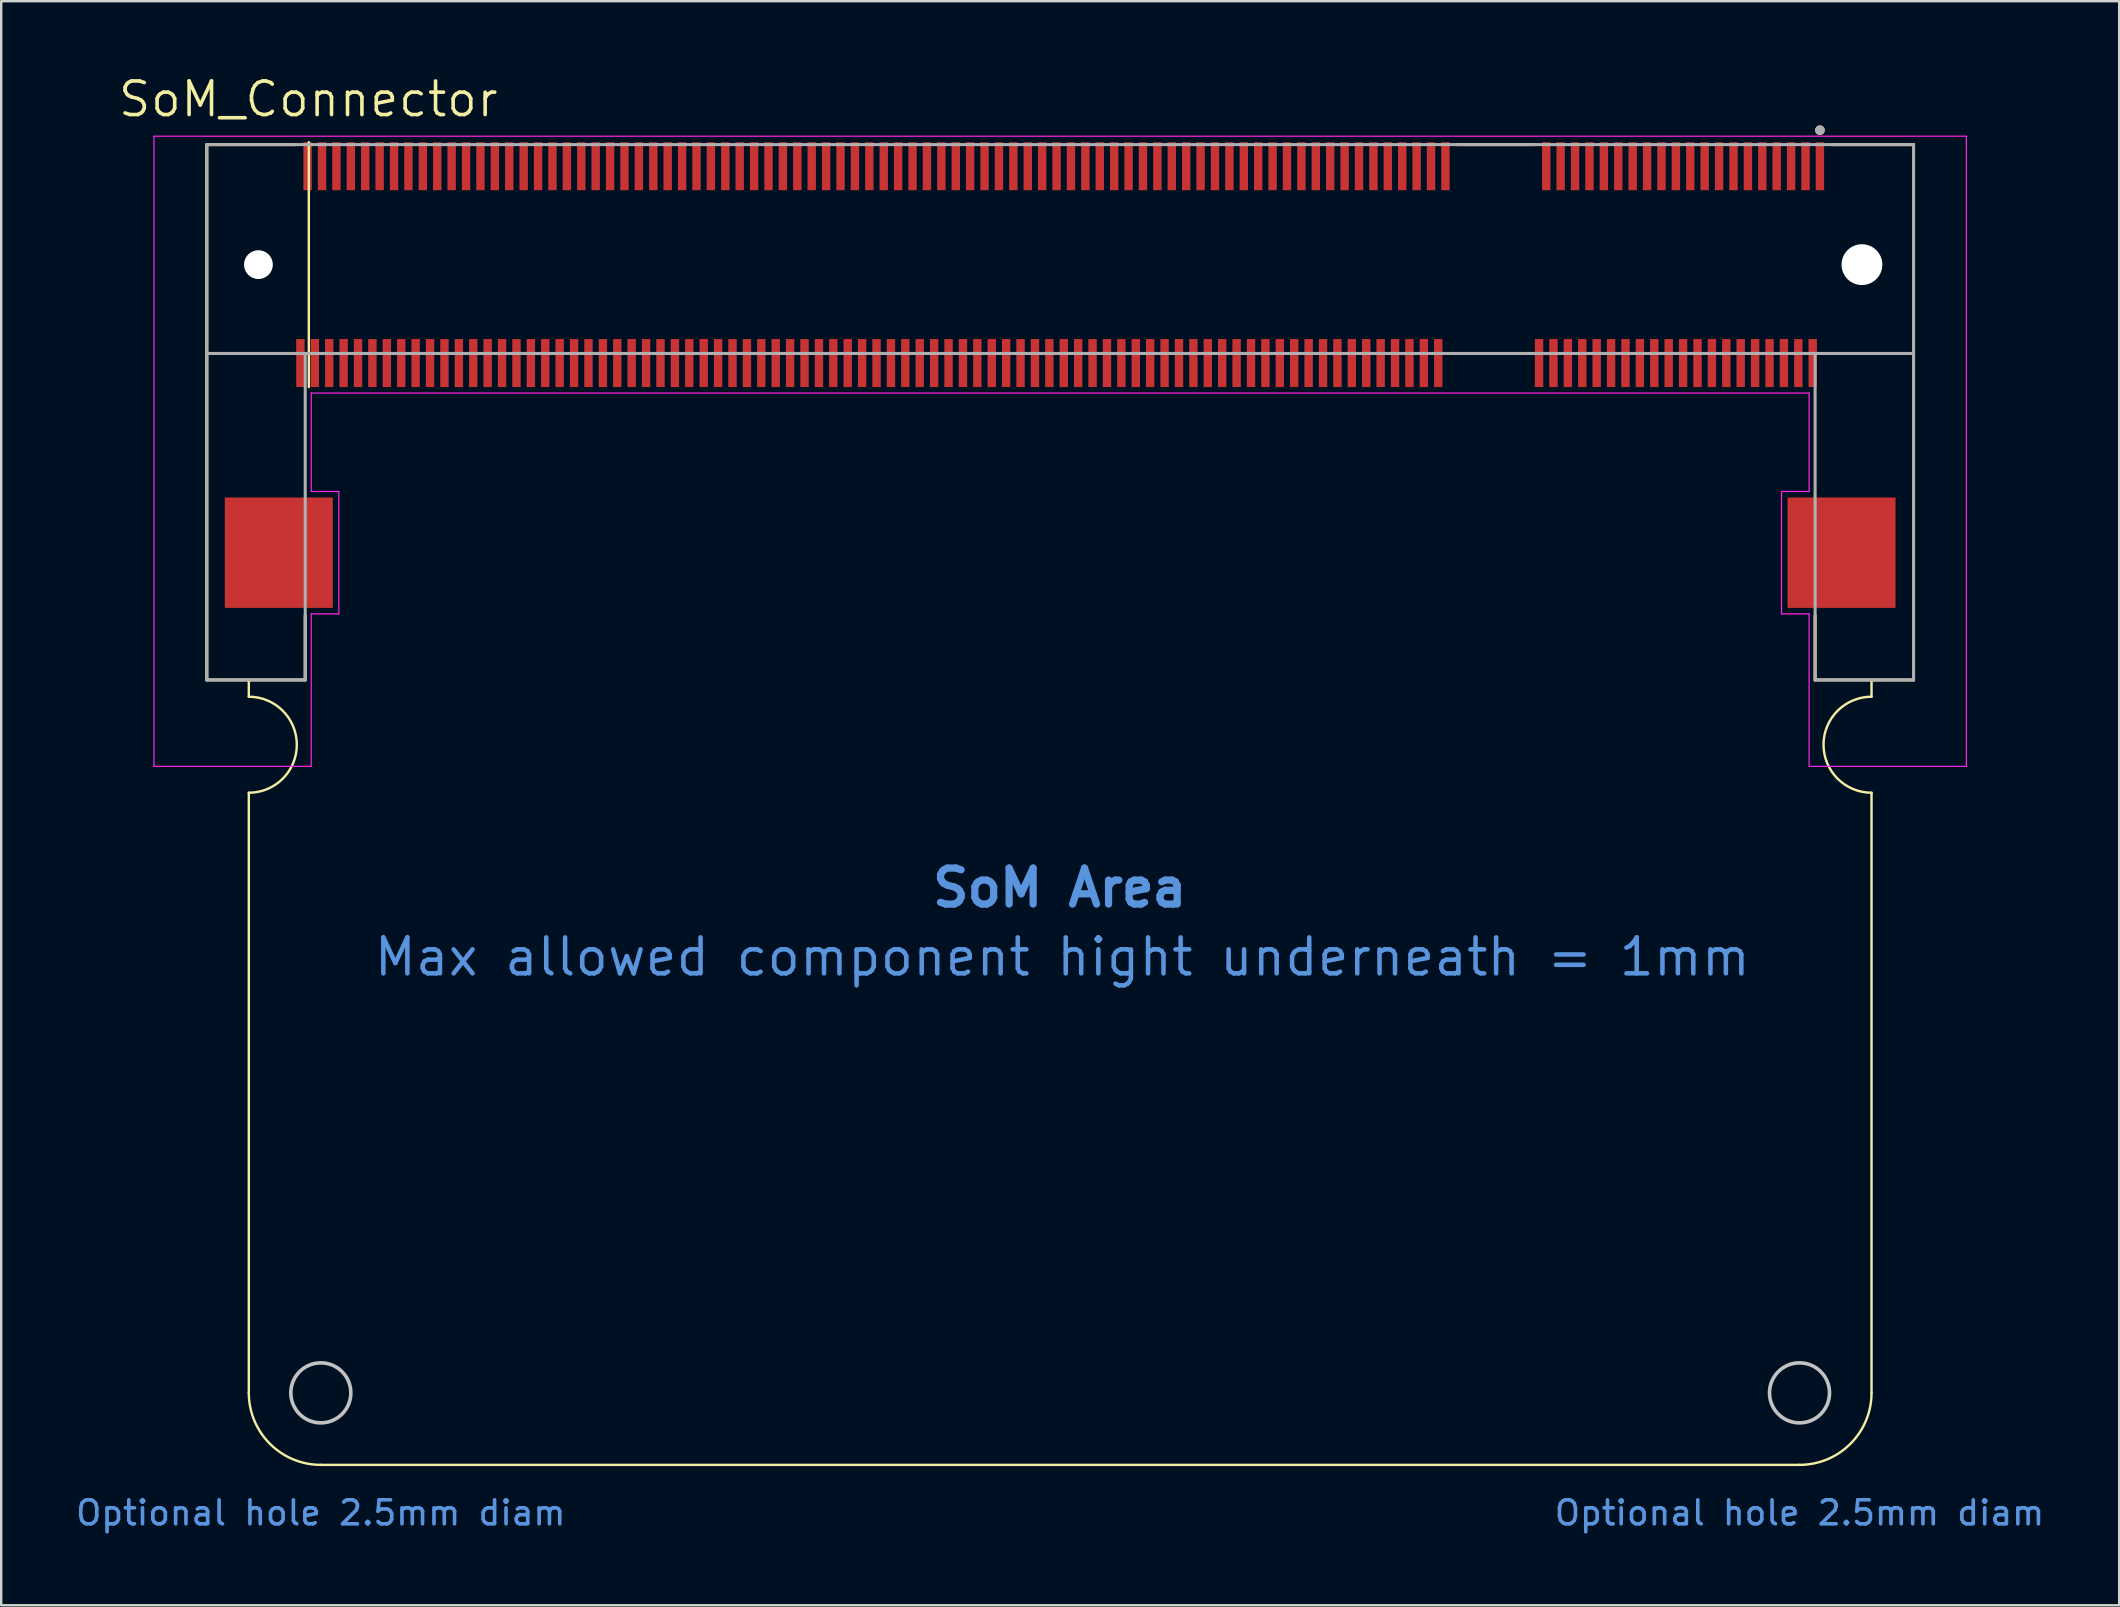
<source format=kicad_pcb>
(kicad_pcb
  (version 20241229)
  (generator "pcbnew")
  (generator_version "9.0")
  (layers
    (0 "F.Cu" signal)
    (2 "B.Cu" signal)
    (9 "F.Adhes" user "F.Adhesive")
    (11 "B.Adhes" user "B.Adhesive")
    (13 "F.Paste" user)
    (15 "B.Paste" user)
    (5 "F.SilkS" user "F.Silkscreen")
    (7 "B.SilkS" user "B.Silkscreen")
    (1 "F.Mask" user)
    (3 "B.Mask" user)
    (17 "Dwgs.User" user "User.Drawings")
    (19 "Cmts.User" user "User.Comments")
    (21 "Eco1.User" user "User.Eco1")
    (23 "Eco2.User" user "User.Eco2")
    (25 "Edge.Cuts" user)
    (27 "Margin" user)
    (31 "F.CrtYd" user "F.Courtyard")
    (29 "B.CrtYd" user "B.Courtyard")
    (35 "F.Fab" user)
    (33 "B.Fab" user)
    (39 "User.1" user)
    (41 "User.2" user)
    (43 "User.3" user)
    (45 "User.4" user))
  (footprint "SoM_Connector"
    (layer "F.Cu")
    (at 41.115 7.974)
    (property "Reference" "SoM_Connector" (at -31.321 -6.892 0) (layer "F.SilkS") (effects (font (size 1.4 1.4) (thickness 0.15))))
    (attr smd)
    (fp_line (start -35.55 -5) (end -35.55 17.3) (stroke (width 0.127) (type solid)) (layer "F.SilkS"))
    (fp_line (start -35.55 17.3) (end -31.45 17.3) (stroke (width 0.127) (type solid)) (layer "F.SilkS"))
    (fp_line (start -33.8 17.3) (end -33.8 18) (stroke (width 0.1) (type default)) (layer "F.SilkS"))
    (fp_line (start -33.8 22) (end -33.8 47) (stroke (width 0.1) (type default)) (layer "F.SilkS"))
    (fp_line (start -31.85 -5) (end -35.55 -5) (stroke (width 0.127) (type solid)) (layer "F.SilkS"))
    (fp_line (start -31.45 17.3) (end -31.45 14.62) (stroke (width 0.127) (type solid)) (layer "F.SilkS"))
    (fp_line (start -31.3 -5.1) (end -31.3 5.1) (stroke (width 0.1) (type default)) (layer "F.SilkS"))
    (fp_line (start -30.8 50) (end 30.8 50) (stroke (width 0.1) (type default)) (layer "F.SilkS"))
    (fp_line (start 16.55 -5) (end 19.75 -5) (stroke (width 0.127) (type solid)) (layer "F.SilkS"))
    (fp_line (start 31.45 14.62) (end 31.45 17.3) (stroke (width 0.127) (type solid)) (layer "F.SilkS"))
    (fp_line (start 32.15 -5) (end 35.55 -5) (stroke (width 0.127) (type solid)) (layer "F.SilkS"))
    (fp_line (start 33.8 17.3) (end 33.8 18) (stroke (width 0.1) (type default)) (layer "F.SilkS"))
    (fp_line (start 33.8 22) (end 33.8 47) (stroke (width 0.1) (type default)) (layer "F.SilkS"))
    (fp_line (start 35.55 -5) (end 35.55 17.3) (stroke (width 0.127) (type solid)) (layer "F.SilkS"))
    (fp_line (start 35.55 17.3) (end 31.45 17.3) (stroke (width 0.127) (type solid)) (layer "F.SilkS"))
    (fp_arc (start -33.8 18) (mid -31.799949 20) (end -33.8 22) (stroke (width 0.1) (type default)) (layer "F.SilkS"))
    (fp_arc (start -30.8 50) (mid -32.921291 49.121291) (end -33.8 47) (stroke (width 0.1) (type default)) (layer "F.SilkS"))
    (fp_arc (start 33.8 22) (mid 31.80004 19.999999) (end 33.8 18) (stroke (width 0.1) (type default)) (layer "F.SilkS"))
    (fp_arc (start 33.8 47) (mid 32.921321 49.121323) (end 30.8 50) (stroke (width 0.1) (type default)) (layer "F.SilkS"))
    (fp_circle (center 31.65 -5.6) (end 31.75 -5.6) (stroke (width 0.2) (type solid)) (fill no) (layer "F.SilkS"))
    (fp_circle (center -30.8 47) (end -29.55 47) (stroke (width 0.15) (type default)) (fill no) (layer "Dwgs.User"))
    (fp_circle (center 30.8 47) (end 32.05 47) (stroke (width 0.15) (type default)) (fill no) (layer "Dwgs.User"))
    (fp_line (start -37.75 -5.35) (end 37.75 -5.35) (stroke (width 0.05) (type solid)) (layer "F.CrtYd"))
    (fp_line (start -37.75 20.9) (end -37.75 -5.35) (stroke (width 0.05) (type solid)) (layer "F.CrtYd"))
    (fp_line (start -31.2 5.35) (end -31.2 9.45) (stroke (width 0.05) (type solid)) (layer "F.CrtYd"))
    (fp_line (start -31.2 9.45) (end -30.05 9.45) (stroke (width 0.05) (type solid)) (layer "F.CrtYd"))
    (fp_line (start -31.2 14.55) (end -31.2 20.9) (stroke (width 0.05) (type solid)) (layer "F.CrtYd"))
    (fp_line (start -31.2 20.9) (end -37.75 20.9) (stroke (width 0.05) (type solid)) (layer "F.CrtYd"))
    (fp_line (start -30.05 9.45) (end -30.05 14.55) (stroke (width 0.05) (type solid)) (layer "F.CrtYd"))
    (fp_line (start -30.05 14.55) (end -31.2 14.55) (stroke (width 0.05) (type solid)) (layer "F.CrtYd"))
    (fp_line (start 30.05 9.45) (end 31.2 9.45) (stroke (width 0.05) (type solid)) (layer "F.CrtYd"))
    (fp_line (start 30.05 14.55) (end 30.05 9.45) (stroke (width 0.05) (type solid)) (layer "F.CrtYd"))
    (fp_line (start 31.2 5.35) (end -31.2 5.35) (stroke (width 0.05) (type solid)) (layer "F.CrtYd"))
    (fp_line (start 31.2 9.45) (end 31.2 5.35) (stroke (width 0.05) (type solid)) (layer "F.CrtYd"))
    (fp_line (start 31.2 14.55) (end 30.05 14.55) (stroke (width 0.05) (type solid)) (layer "F.CrtYd"))
    (fp_line (start 31.2 20.9) (end 31.2 14.55) (stroke (width 0.05) (type solid)) (layer "F.CrtYd"))
    (fp_line (start 37.75 -5.35) (end 37.75 20.9) (stroke (width 0.05) (type solid)) (layer "F.CrtYd"))
    (fp_line (start 37.75 20.9) (end 31.2 20.9) (stroke (width 0.05) (type solid)) (layer "F.CrtYd"))
    (fp_line (start -35.55 -5) (end -35.55 3.7) (stroke (width 0.127) (type solid)) (layer "F.Fab"))
    (fp_line (start -35.55 -5) (end 35.55 -5) (stroke (width 0.127) (type solid)) (layer "F.Fab"))
    (fp_line (start -35.55 3.7) (end -35.55 17.3) (stroke (width 0.127) (type solid)) (layer "F.Fab"))
    (fp_line (start -35.55 3.7) (end -31.45 3.7) (stroke (width 0.127) (type solid)) (layer "F.Fab"))
    (fp_line (start -35.55 17.3) (end -31.45 17.3) (stroke (width 0.127) (type solid)) (layer "F.Fab"))
    (fp_line (start -31.45 3.7) (end 31.45 3.7) (stroke (width 0.127) (type solid)) (layer "F.Fab"))
    (fp_line (start -31.45 17.3) (end -31.45 3.7) (stroke (width 0.127) (type solid)) (layer "F.Fab"))
    (fp_line (start 31.45 3.7) (end 31.45 17.3) (stroke (width 0.127) (type solid)) (layer "F.Fab"))
    (fp_line (start 31.45 3.7) (end 35.55 3.7) (stroke (width 0.127) (type solid)) (layer "F.Fab"))
    (fp_line (start 31.45 17.3) (end 35.55 17.3) (stroke (width 0.127) (type solid)) (layer "F.Fab"))
    (fp_line (start 35.55 -5) (end 35.55 3.7) (stroke (width 0.127) (type solid)) (layer "F.Fab"))
    (fp_line (start 35.55 3.7) (end 35.55 17.3) (stroke (width 0.127) (type solid)) (layer "F.Fab"))
    (fp_circle (center 31.65 -5.6) (end 31.75 -5.6) (stroke (width 0.2) (type solid)) (fill no) (layer "F.Fab"))
    (fp_text user "SoM Area" (at -0.02 25.96 0) (unlocked yes) (layer "Cmts.User") (effects (font (size 1.5 1.5) (thickness 0.3) (bold yes))))
    (fp_text user "Optional hole 2.5mm diam" (at -30.8 52 0) (unlocked yes) (layer "Cmts.User") (effects (font (size 1 1) (thickness 0.15))))
    (fp_text user "Max allowed component hight underneath = 1mm" (at 0.09 28.84 0) (unlocked yes) (layer "Cmts.User") (effects (font (size 1.5 1.5) (thickness 0.188))))
    (fp_text user "Optional hole 2.5mm diam" (at 30.8 52 0) (unlocked yes) (layer "Cmts.User") (effects (font (size 1 1) (thickness 0.15))))
    (pad "" np_thru_hole circle (at -33.4 0) (size 1.2 1.2) (drill 1.2) (layers "*.Cu" "*.Mask"))
    (pad "" np_thru_hole circle (at 33.4 0) (size 1.7 1.7) (drill 1.7) (layers "*.Cu" "*.Mask"))
    (pad "1" smd rect (at 31.65 -4.1 90) (size 2 0.35) (layers "F.Cu" "F.Mask" "F.Paste"))
    (pad "2" smd rect (at 31.35 4.1 90) (size 2 0.35) (layers "F.Cu" "F.Mask" "F.Paste"))
    (pad "3" smd rect (at 31.05 -4.1 90) (size 2 0.35) (layers "F.Cu" "F.Mask" "F.Paste"))
    (pad "4" smd rect (at 30.75 4.1 90) (size 2 0.35) (layers "F.Cu" "F.Mask" "F.Paste"))
    (pad "5" smd rect (at 30.45 -4.1 90) (size 2 0.35) (layers "F.Cu" "F.Mask" "F.Paste"))
    (pad "6" smd rect (at 30.15 4.1 90) (size 2 0.35) (layers "F.Cu" "F.Mask" "F.Paste"))
    (pad "7" smd rect (at 29.85 -4.1 90) (size 2 0.35) (layers "F.Cu" "F.Mask" "F.Paste"))
    (pad "8" smd rect (at 29.55 4.1 90) (size 2 0.35) (layers "F.Cu" "F.Mask" "F.Paste"))
    (pad "9" smd rect (at 29.25 -4.1 90) (size 2 0.35) (layers "F.Cu" "F.Mask" "F.Paste"))
    (pad "10" smd rect (at 28.95 4.1 90) (size 2 0.35) (layers "F.Cu" "F.Mask" "F.Paste"))
    (pad "11" smd rect (at 28.65 -4.1 90) (size 2 0.35) (layers "F.Cu" "F.Mask" "F.Paste"))
    (pad "12" smd rect (at 28.35 4.1 90) (size 2 0.35) (layers "F.Cu" "F.Mask" "F.Paste"))
    (pad "13" smd rect (at 28.05 -4.1 90) (size 2 0.35) (layers "F.Cu" "F.Mask" "F.Paste"))
    (pad "14" smd rect (at 27.75 4.1 90) (size 2 0.35) (layers "F.Cu" "F.Mask" "F.Paste"))
    (pad "15" smd rect (at 27.45 -4.1 90) (size 2 0.35) (layers "F.Cu" "F.Mask" "F.Paste"))
    (pad "16" smd rect (at 27.15 4.1 90) (size 2 0.35) (layers "F.Cu" "F.Mask" "F.Paste"))
    (pad "17" smd rect (at 26.85 -4.1 90) (size 2 0.35) (layers "F.Cu" "F.Mask" "F.Paste"))
    (pad "18" smd rect (at 26.55 4.1 90) (size 2 0.35) (layers "F.Cu" "F.Mask" "F.Paste"))
    (pad "19" smd rect (at 26.25 -4.1 90) (size 2 0.35) (layers "F.Cu" "F.Mask" "F.Paste"))
    (pad "20" smd rect (at 25.95 4.1 90) (size 2 0.35) (layers "F.Cu" "F.Mask" "F.Paste"))
    (pad "21" smd rect (at 25.65 -4.1 90) (size 2 0.35) (layers "F.Cu" "F.Mask" "F.Paste"))
    (pad "22" smd rect (at 25.35 4.1 90) (size 2 0.35) (layers "F.Cu" "F.Mask" "F.Paste"))
    (pad "23" smd rect (at 25.05 -4.1 90) (size 2 0.35) (layers "F.Cu" "F.Mask" "F.Paste"))
    (pad "24" smd rect (at 24.75 4.1 90) (size 2 0.35) (layers "F.Cu" "F.Mask" "F.Paste"))
    (pad "25" smd rect (at 24.45 -4.1 90) (size 2 0.35) (layers "F.Cu" "F.Mask" "F.Paste"))
    (pad "26" smd rect (at 24.15 4.1 90) (size 2 0.35) (layers "F.Cu" "F.Mask" "F.Paste"))
    (pad "27" smd rect (at 23.85 -4.1 90) (size 2 0.35) (layers "F.Cu" "F.Mask" "F.Paste"))
    (pad "28" smd rect (at 23.55 4.1 90) (size 2 0.35) (layers "F.Cu" "F.Mask" "F.Paste"))
    (pad "29" smd rect (at 23.25 -4.1 90) (size 2 0.35) (layers "F.Cu" "F.Mask" "F.Paste"))
    (pad "30" smd rect (at 22.95 4.1 90) (size 2 0.35) (layers "F.Cu" "F.Mask" "F.Paste"))
    (pad "31" smd rect (at 22.65 -4.1 90) (size 2 0.35) (layers "F.Cu" "F.Mask" "F.Paste"))
    (pad "32" smd rect (at 22.35 4.1 90) (size 2 0.35) (layers "F.Cu" "F.Mask" "F.Paste"))
    (pad "33" smd rect (at 22.05 -4.1 90) (size 2 0.35) (layers "F.Cu" "F.Mask" "F.Paste"))
    (pad "34" smd rect (at 21.75 4.1 90) (size 2 0.35) (layers "F.Cu" "F.Mask" "F.Paste"))
    (pad "35" smd rect (at 21.45 -4.1 90) (size 2 0.35) (layers "F.Cu" "F.Mask" "F.Paste"))
    (pad "36" smd rect (at 21.15 4.1 90) (size 2 0.35) (layers "F.Cu" "F.Mask" "F.Paste"))
    (pad "37" smd rect (at 20.85 -4.1 90) (size 2 0.35) (layers "F.Cu" "F.Mask" "F.Paste"))
    (pad "38" smd rect (at 20.55 4.1 90) (size 2 0.35) (layers "F.Cu" "F.Mask" "F.Paste"))
    (pad "39" smd rect (at 20.25 -4.1 90) (size 2 0.35) (layers "F.Cu" "F.Mask" "F.Paste"))
    (pad "40" smd rect (at 19.95 4.1 90) (size 2 0.35) (layers "F.Cu" "F.Mask" "F.Paste"))
    (pad "41" smd rect (at 16.05 -4.1 90) (size 2 0.35) (layers "F.Cu" "F.Mask" "F.Paste"))
    (pad "42" smd rect (at 15.75 4.1 90) (size 2 0.35) (layers "F.Cu" "F.Mask" "F.Paste"))
    (pad "43" smd rect (at 15.45 -4.1 90) (size 2 0.35) (layers "F.Cu" "F.Mask" "F.Paste"))
    (pad "44" smd rect (at 15.15 4.1 90) (size 2 0.35) (layers "F.Cu" "F.Mask" "F.Paste"))
    (pad "45" smd rect (at 14.85 -4.1 90) (size 2 0.35) (layers "F.Cu" "F.Mask" "F.Paste"))
    (pad "46" smd rect (at 14.55 4.1 90) (size 2 0.35) (layers "F.Cu" "F.Mask" "F.Paste"))
    (pad "47" smd rect (at 14.25 -4.1 90) (size 2 0.35) (layers "F.Cu" "F.Mask" "F.Paste"))
    (pad "48" smd rect (at 13.95 4.1 90) (size 2 0.35) (layers "F.Cu" "F.Mask" "F.Paste"))
    (pad "49" smd rect (at 13.65 -4.1 90) (size 2 0.35) (layers "F.Cu" "F.Mask" "F.Paste"))
    (pad "50" smd rect (at 13.35 4.1 90) (size 2 0.35) (layers "F.Cu" "F.Mask" "F.Paste"))
    (pad "51" smd rect (at 13.05 -4.1 90) (size 2 0.35) (layers "F.Cu" "F.Mask" "F.Paste"))
    (pad "52" smd rect (at 12.75 4.1 90) (size 2 0.35) (layers "F.Cu" "F.Mask" "F.Paste"))
    (pad "53" smd rect (at 12.45 -4.1 90) (size 2 0.35) (layers "F.Cu" "F.Mask" "F.Paste"))
    (pad "54" smd rect (at 12.15 4.1 90) (size 2 0.35) (layers "F.Cu" "F.Mask" "F.Paste"))
    (pad "55" smd rect (at 11.85 -4.1 90) (size 2 0.35) (layers "F.Cu" "F.Mask" "F.Paste"))
    (pad "56" smd rect (at 11.55 4.1 90) (size 2 0.35) (layers "F.Cu" "F.Mask" "F.Paste"))
    (pad "57" smd rect (at 11.25 -4.1 90) (size 2 0.35) (layers "F.Cu" "F.Mask" "F.Paste"))
    (pad "58" smd rect (at 10.95 4.1 90) (size 2 0.35) (layers "F.Cu" "F.Mask" "F.Paste"))
    (pad "59" smd rect (at 10.65 -4.1 90) (size 2 0.35) (layers "F.Cu" "F.Mask" "F.Paste"))
    (pad "60" smd rect (at 10.35 4.1 90) (size 2 0.35) (layers "F.Cu" "F.Mask" "F.Paste"))
    (pad "61" smd rect (at 10.05 -4.1 90) (size 2 0.35) (layers "F.Cu" "F.Mask" "F.Paste"))
    (pad "62" smd rect (at 9.75 4.1 90) (size 2 0.35) (layers "F.Cu" "F.Mask" "F.Paste"))
    (pad "63" smd rect (at 9.45 -4.1 90) (size 2 0.35) (layers "F.Cu" "F.Mask" "F.Paste"))
    (pad "64" smd rect (at 9.15 4.1 90) (size 2 0.35) (layers "F.Cu" "F.Mask" "F.Paste"))
    (pad "65" smd rect (at 8.85 -4.1 90) (size 2 0.35) (layers "F.Cu" "F.Mask" "F.Paste"))
    (pad "66" smd rect (at 8.55 4.1 90) (size 2 0.35) (layers "F.Cu" "F.Mask" "F.Paste"))
    (pad "67" smd rect (at 8.25 -4.1 90) (size 2 0.35) (layers "F.Cu" "F.Mask" "F.Paste"))
    (pad "68" smd rect (at 7.95 4.1 90) (size 2 0.35) (layers "F.Cu" "F.Mask" "F.Paste"))
    (pad "69" smd rect (at 7.65 -4.1 90) (size 2 0.35) (layers "F.Cu" "F.Mask" "F.Paste"))
    (pad "70" smd rect (at 7.35 4.1 90) (size 2 0.35) (layers "F.Cu" "F.Mask" "F.Paste"))
    (pad "71" smd rect (at 7.05 -4.1 90) (size 2 0.35) (layers "F.Cu" "F.Mask" "F.Paste"))
    (pad "72" smd rect (at 6.75 4.1 90) (size 2 0.35) (layers "F.Cu" "F.Mask" "F.Paste"))
    (pad "73" smd rect (at 6.45 -4.1 90) (size 2 0.35) (layers "F.Cu" "F.Mask" "F.Paste"))
    (pad "74" smd rect (at 6.15 4.1 90) (size 2 0.35) (layers "F.Cu" "F.Mask" "F.Paste"))
    (pad "75" smd rect (at 5.85 -4.1 90) (size 2 0.35) (layers "F.Cu" "F.Mask" "F.Paste"))
    (pad "76" smd rect (at 5.55 4.1 90) (size 2 0.35) (layers "F.Cu" "F.Mask" "F.Paste"))
    (pad "77" smd rect (at 5.25 -4.1 90) (size 2 0.35) (layers "F.Cu" "F.Mask" "F.Paste"))
    (pad "78" smd rect (at 4.95 4.1 90) (size 2 0.35) (layers "F.Cu" "F.Mask" "F.Paste"))
    (pad "79" smd rect (at 4.65 -4.1 90) (size 2 0.35) (layers "F.Cu" "F.Mask" "F.Paste"))
    (pad "80" smd rect (at 4.35 4.1 90) (size 2 0.35) (layers "F.Cu" "F.Mask" "F.Paste"))
    (pad "81" smd rect (at 4.05 -4.1 90) (size 2 0.35) (layers "F.Cu" "F.Mask" "F.Paste"))
    (pad "82" smd rect (at 3.75 4.1 90) (size 2 0.35) (layers "F.Cu" "F.Mask" "F.Paste"))
    (pad "83" smd rect (at 3.45 -4.1 90) (size 2 0.35) (layers "F.Cu" "F.Mask" "F.Paste"))
    (pad "84" smd rect (at 3.15 4.1 90) (size 2 0.35) (layers "F.Cu" "F.Mask" "F.Paste"))
    (pad "85" smd rect (at 2.85 -4.1 90) (size 2 0.35) (layers "F.Cu" "F.Mask" "F.Paste"))
    (pad "86" smd rect (at 2.55 4.1 90) (size 2 0.35) (layers "F.Cu" "F.Mask" "F.Paste"))
    (pad "87" smd rect (at 2.25 -4.1 90) (size 2 0.35) (layers "F.Cu" "F.Mask" "F.Paste"))
    (pad "88" smd rect (at 1.95 4.1 90) (size 2 0.35) (layers "F.Cu" "F.Mask" "F.Paste"))
    (pad "89" smd rect (at 1.65 -4.1 90) (size 2 0.35) (layers "F.Cu" "F.Mask" "F.Paste"))
    (pad "90" smd rect (at 1.35 4.1 90) (size 2 0.35) (layers "F.Cu" "F.Mask" "F.Paste"))
    (pad "91" smd rect (at 1.05 -4.1 90) (size 2 0.35) (layers "F.Cu" "F.Mask" "F.Paste"))
    (pad "92" smd rect (at 0.75 4.1 90) (size 2 0.35) (layers "F.Cu" "F.Mask" "F.Paste"))
    (pad "93" smd rect (at 0.45 -4.1 90) (size 2 0.35) (layers "F.Cu" "F.Mask" "F.Paste"))
    (pad "94" smd rect (at 0.15 4.1 90) (size 2 0.35) (layers "F.Cu" "F.Mask" "F.Paste"))
    (pad "95" smd rect (at -0.15 -4.1 90) (size 2 0.35) (layers "F.Cu" "F.Mask" "F.Paste"))
    (pad "96" smd rect (at -0.45 4.1 90) (size 2 0.35) (layers "F.Cu" "F.Mask" "F.Paste"))
    (pad "97" smd rect (at -0.75 -4.1 90) (size 2 0.35) (layers "F.Cu" "F.Mask" "F.Paste"))
    (pad "98" smd rect (at -1.05 4.1 90) (size 2 0.35) (layers "F.Cu" "F.Mask" "F.Paste"))
    (pad "99" smd rect (at -1.35 -4.1 90) (size 2 0.35) (layers "F.Cu" "F.Mask" "F.Paste"))
    (pad "100" smd rect (at -1.65 4.1 90) (size 2 0.35) (layers "F.Cu" "F.Mask" "F.Paste"))
    (pad "101" smd rect (at -1.95 -4.1 90) (size 2 0.35) (layers "F.Cu" "F.Mask" "F.Paste"))
    (pad "102" smd rect (at -2.25 4.1 90) (size 2 0.35) (layers "F.Cu" "F.Mask" "F.Paste"))
    (pad "103" smd rect (at -2.55 -4.1 90) (size 2 0.35) (layers "F.Cu" "F.Mask" "F.Paste"))
    (pad "104" smd rect (at -2.85 4.1 90) (size 2 0.35) (layers "F.Cu" "F.Mask" "F.Paste"))
    (pad "105" smd rect (at -3.15 -4.1 90) (size 2 0.35) (layers "F.Cu" "F.Mask" "F.Paste"))
    (pad "106" smd rect (at -3.45 4.1 90) (size 2 0.35) (layers "F.Cu" "F.Mask" "F.Paste"))
    (pad "107" smd rect (at -3.75 -4.1 90) (size 2 0.35) (layers "F.Cu" "F.Mask" "F.Paste"))
    (pad "108" smd rect (at -4.05 4.1 90) (size 2 0.35) (layers "F.Cu" "F.Mask" "F.Paste"))
    (pad "109" smd rect (at -4.35 -4.1 90) (size 2 0.35) (layers "F.Cu" "F.Mask" "F.Paste"))
    (pad "110" smd rect (at -4.65 4.1 90) (size 2 0.35) (layers "F.Cu" "F.Mask" "F.Paste"))
    (pad "111" smd rect (at -4.95 -4.1 90) (size 2 0.35) (layers "F.Cu" "F.Mask" "F.Paste"))
    (pad "112" smd rect (at -5.25 4.1 90) (size 2 0.35) (layers "F.Cu" "F.Mask" "F.Paste"))
    (pad "113" smd rect (at -5.55 -4.1 90) (size 2 0.35) (layers "F.Cu" "F.Mask" "F.Paste"))
    (pad "114" smd rect (at -5.85 4.1 90) (size 2 0.35) (layers "F.Cu" "F.Mask" "F.Paste"))
    (pad "115" smd rect (at -6.15 -4.1 90) (size 2 0.35) (layers "F.Cu" "F.Mask" "F.Paste"))
    (pad "116" smd rect (at -6.45 4.1 90) (size 2 0.35) (layers "F.Cu" "F.Mask" "F.Paste"))
    (pad "117" smd rect (at -6.75 -4.1 90) (size 2 0.35) (layers "F.Cu" "F.Mask" "F.Paste"))
    (pad "118" smd rect (at -7.05 4.1 90) (size 2 0.35) (layers "F.Cu" "F.Mask" "F.Paste"))
    (pad "119" smd rect (at -7.35 -4.1 90) (size 2 0.35) (layers "F.Cu" "F.Mask" "F.Paste"))
    (pad "120" smd rect (at -7.65 4.1 90) (size 2 0.35) (layers "F.Cu" "F.Mask" "F.Paste"))
    (pad "121" smd rect (at -7.95 -4.1 90) (size 2 0.35) (layers "F.Cu" "F.Mask" "F.Paste"))
    (pad "122" smd rect (at -8.25 4.1 90) (size 2 0.35) (layers "F.Cu" "F.Mask" "F.Paste"))
    (pad "123" smd rect (at -8.55 -4.1 90) (size 2 0.35) (layers "F.Cu" "F.Mask" "F.Paste"))
    (pad "124" smd rect (at -8.85 4.1 90) (size 2 0.35) (layers "F.Cu" "F.Mask" "F.Paste"))
    (pad "125" smd rect (at -9.15 -4.1 90) (size 2 0.35) (layers "F.Cu" "F.Mask" "F.Paste"))
    (pad "126" smd rect (at -9.45 4.1 90) (size 2 0.35) (layers "F.Cu" "F.Mask" "F.Paste"))
    (pad "127" smd rect (at -9.75 -4.1 90) (size 2 0.35) (layers "F.Cu" "F.Mask" "F.Paste"))
    (pad "128" smd rect (at -10.05 4.1 90) (size 2 0.35) (layers "F.Cu" "F.Mask" "F.Paste"))
    (pad "129" smd rect (at -10.35 -4.1 90) (size 2 0.35) (layers "F.Cu" "F.Mask" "F.Paste"))
    (pad "130" smd rect (at -10.65 4.1 90) (size 2 0.35) (layers "F.Cu" "F.Mask" "F.Paste"))
    (pad "131" smd rect (at -10.95 -4.1 90) (size 2 0.35) (layers "F.Cu" "F.Mask" "F.Paste"))
    (pad "132" smd rect (at -11.25 4.1 90) (size 2 0.35) (layers "F.Cu" "F.Mask" "F.Paste"))
    (pad "133" smd rect (at -11.55 -4.1 90) (size 2 0.35) (layers "F.Cu" "F.Mask" "F.Paste"))
    (pad "134" smd rect (at -11.85 4.1 90) (size 2 0.35) (layers "F.Cu" "F.Mask" "F.Paste"))
    (pad "135" smd rect (at -12.15 -4.1 90) (size 2 0.35) (layers "F.Cu" "F.Mask" "F.Paste"))
    (pad "136" smd rect (at -12.45 4.1 90) (size 2 0.35) (layers "F.Cu" "F.Mask" "F.Paste"))
    (pad "137" smd rect (at -12.75 -4.1 90) (size 2 0.35) (layers "F.Cu" "F.Mask" "F.Paste"))
    (pad "138" smd rect (at -13.05 4.1 90) (size 2 0.35) (layers "F.Cu" "F.Mask" "F.Paste"))
    (pad "139" smd rect (at -13.35 -4.1 90) (size 2 0.35) (layers "F.Cu" "F.Mask" "F.Paste"))
    (pad "140" smd rect (at -13.65 4.1 90) (size 2 0.35) (layers "F.Cu" "F.Mask" "F.Paste"))
    (pad "141" smd rect (at -13.95 -4.1 90) (size 2 0.35) (layers "F.Cu" "F.Mask" "F.Paste"))
    (pad "142" smd rect (at -14.25 4.1 90) (size 2 0.35) (layers "F.Cu" "F.Mask" "F.Paste"))
    (pad "143" smd rect (at -14.55 -4.1 90) (size 2 0.35) (layers "F.Cu" "F.Mask" "F.Paste"))
    (pad "144" smd rect (at -14.85 4.1 90) (size 2 0.35) (layers "F.Cu" "F.Mask" "F.Paste"))
    (pad "145" smd rect (at -15.15 -4.1 90) (size 2 0.35) (layers "F.Cu" "F.Mask" "F.Paste"))
    (pad "146" smd rect (at -15.45 4.1 90) (size 2 0.35) (layers "F.Cu" "F.Mask" "F.Paste"))
    (pad "147" smd rect (at -15.75 -4.1 90) (size 2 0.35) (layers "F.Cu" "F.Mask" "F.Paste"))
    (pad "148" smd rect (at -16.05 4.1 90) (size 2 0.35) (layers "F.Cu" "F.Mask" "F.Paste"))
    (pad "149" smd rect (at -16.35 -4.1 90) (size 2 0.35) (layers "F.Cu" "F.Mask" "F.Paste"))
    (pad "150" smd rect (at -16.65 4.1 90) (size 2 0.35) (layers "F.Cu" "F.Mask" "F.Paste"))
    (pad "151" smd rect (at -16.95 -4.1 90) (size 2 0.35) (layers "F.Cu" "F.Mask" "F.Paste"))
    (pad "152" smd rect (at -17.25 4.1 90) (size 2 0.35) (layers "F.Cu" "F.Mask" "F.Paste"))
    (pad "153" smd rect (at -17.55 -4.1 90) (size 2 0.35) (layers "F.Cu" "F.Mask" "F.Paste"))
    (pad "154" smd rect (at -17.85 4.1 90) (size 2 0.35) (layers "F.Cu" "F.Mask" "F.Paste"))
    (pad "155" smd rect (at -18.15 -4.1 90) (size 2 0.35) (layers "F.Cu" "F.Mask" "F.Paste"))
    (pad "156" smd rect (at -18.45 4.1 90) (size 2 0.35) (layers "F.Cu" "F.Mask" "F.Paste"))
    (pad "157" smd rect (at -18.75 -4.1 90) (size 2 0.35) (layers "F.Cu" "F.Mask" "F.Paste"))
    (pad "158" smd rect (at -19.05 4.1 90) (size 2 0.35) (layers "F.Cu" "F.Mask" "F.Paste"))
    (pad "159" smd rect (at -19.35 -4.1 90) (size 2 0.35) (layers "F.Cu" "F.Mask" "F.Paste"))
    (pad "160" smd rect (at -19.65 4.1 90) (size 2 0.35) (layers "F.Cu" "F.Mask" "F.Paste"))
    (pad "161" smd rect (at -19.95 -4.1 90) (size 2 0.35) (layers "F.Cu" "F.Mask" "F.Paste"))
    (pad "162" smd rect (at -20.25 4.1 90) (size 2 0.35) (layers "F.Cu" "F.Mask" "F.Paste"))
    (pad "163" smd rect (at -20.55 -4.1 90) (size 2 0.35) (layers "F.Cu" "F.Mask" "F.Paste"))
    (pad "164" smd rect (at -20.85 4.1 90) (size 2 0.35) (layers "F.Cu" "F.Mask" "F.Paste"))
    (pad "165" smd rect (at -21.15 -4.1 90) (size 2 0.35) (layers "F.Cu" "F.Mask" "F.Paste"))
    (pad "166" smd rect (at -21.45 4.1 90) (size 2 0.35) (layers "F.Cu" "F.Mask" "F.Paste"))
    (pad "167" smd rect (at -21.75 -4.1 90) (size 2 0.35) (layers "F.Cu" "F.Mask" "F.Paste"))
    (pad "168" smd rect (at -22.05 4.1 90) (size 2 0.35) (layers "F.Cu" "F.Mask" "F.Paste"))
    (pad "169" smd rect (at -22.35 -4.1 90) (size 2 0.35) (layers "F.Cu" "F.Mask" "F.Paste"))
    (pad "170" smd rect (at -22.65 4.1 90) (size 2 0.35) (layers "F.Cu" "F.Mask" "F.Paste"))
    (pad "171" smd rect (at -22.95 -4.1 90) (size 2 0.35) (layers "F.Cu" "F.Mask" "F.Paste"))
    (pad "172" smd rect (at -23.25 4.1 90) (size 2 0.35) (layers "F.Cu" "F.Mask" "F.Paste"))
    (pad "173" smd rect (at -23.55 -4.1 90) (size 2 0.35) (layers "F.Cu" "F.Mask" "F.Paste"))
    (pad "174" smd rect (at -23.85 4.1 90) (size 2 0.35) (layers "F.Cu" "F.Mask" "F.Paste"))
    (pad "175" smd rect (at -24.15 -4.1 90) (size 2 0.35) (layers "F.Cu" "F.Mask" "F.Paste"))
    (pad "176" smd rect (at -24.45 4.1 90) (size 2 0.35) (layers "F.Cu" "F.Mask" "F.Paste"))
    (pad "177" smd rect (at -24.75 -4.1 90) (size 2 0.35) (layers "F.Cu" "F.Mask" "F.Paste"))
    (pad "178" smd rect (at -25.05 4.1 90) (size 2 0.35) (layers "F.Cu" "F.Mask" "F.Paste"))
    (pad "179" smd rect (at -25.35 -4.1 90) (size 2 0.35) (layers "F.Cu" "F.Mask" "F.Paste"))
    (pad "180" smd rect (at -25.65 4.1 90) (size 2 0.35) (layers "F.Cu" "F.Mask" "F.Paste"))
    (pad "181" smd rect (at -25.95 -4.1 90) (size 2 0.35) (layers "F.Cu" "F.Mask" "F.Paste"))
    (pad "182" smd rect (at -26.25 4.1 90) (size 2 0.35) (layers "F.Cu" "F.Mask" "F.Paste"))
    (pad "183" smd rect (at -26.55 -4.1 90) (size 2 0.35) (layers "F.Cu" "F.Mask" "F.Paste"))
    (pad "184" smd rect (at -26.85 4.1 90) (size 2 0.35) (layers "F.Cu" "F.Mask" "F.Paste"))
    (pad "185" smd rect (at -27.15 -4.1 90) (size 2 0.35) (layers "F.Cu" "F.Mask" "F.Paste"))
    (pad "186" smd rect (at -27.45 4.1 90) (size 2 0.35) (layers "F.Cu" "F.Mask" "F.Paste"))
    (pad "187" smd rect (at -27.75 -4.1 90) (size 2 0.35) (layers "F.Cu" "F.Mask" "F.Paste"))
    (pad "188" smd rect (at -28.05 4.1 90) (size 2 0.35) (layers "F.Cu" "F.Mask" "F.Paste"))
    (pad "189" smd rect (at -28.35 -4.1 90) (size 2 0.35) (layers "F.Cu" "F.Mask" "F.Paste"))
    (pad "190" smd rect (at -28.65 4.1 90) (size 2 0.35) (layers "F.Cu" "F.Mask" "F.Paste"))
    (pad "191" smd rect (at -28.95 -4.1 90) (size 2 0.35) (layers "F.Cu" "F.Mask" "F.Paste"))
    (pad "192" smd rect (at -29.25 4.1 90) (size 2 0.35) (layers "F.Cu" "F.Mask" "F.Paste"))
    (pad "193" smd rect (at -29.55 -4.1 90) (size 2 0.35) (layers "F.Cu" "F.Mask" "F.Paste"))
    (pad "194" smd rect (at -29.85 4.1 90) (size 2 0.35) (layers "F.Cu" "F.Mask" "F.Paste"))
    (pad "195" smd rect (at -30.15 -4.1 90) (size 2 0.35) (layers "F.Cu" "F.Mask" "F.Paste"))
    (pad "196" smd rect (at -30.45 4.1 90) (size 2 0.35) (layers "F.Cu" "F.Mask" "F.Paste"))
    (pad "197" smd rect (at -30.75 -4.1 90) (size 2 0.35) (layers "F.Cu" "F.Mask" "F.Paste"))
    (pad "198" smd rect (at -31.05 4.1 90) (size 2 0.35) (layers "F.Cu" "F.Mask" "F.Paste"))
    (pad "199" smd rect (at -31.35 -4.1 90) (size 2 0.35) (layers "F.Cu" "F.Mask" "F.Paste"))
    (pad "200" smd rect (at -31.65 4.1 90) (size 2 0.35) (layers "F.Cu" "F.Mask" "F.Paste"))
    (pad "S1" smd rect (at 32.55 12) (size 4.5 4.6) (layers "F.Cu" "F.Mask" "F.Paste"))
    (pad "S2" smd rect (at -32.55 12) (size 4.5 4.6) (layers "F.Cu" "F.Mask" "F.Paste")))
  (gr_rect
    (start -3 -3)
    (end 85.231 63.822)
    (stroke (width 0.1) (type default))
    (fill no)
    (layer "Edge.Cuts")))
</source>
